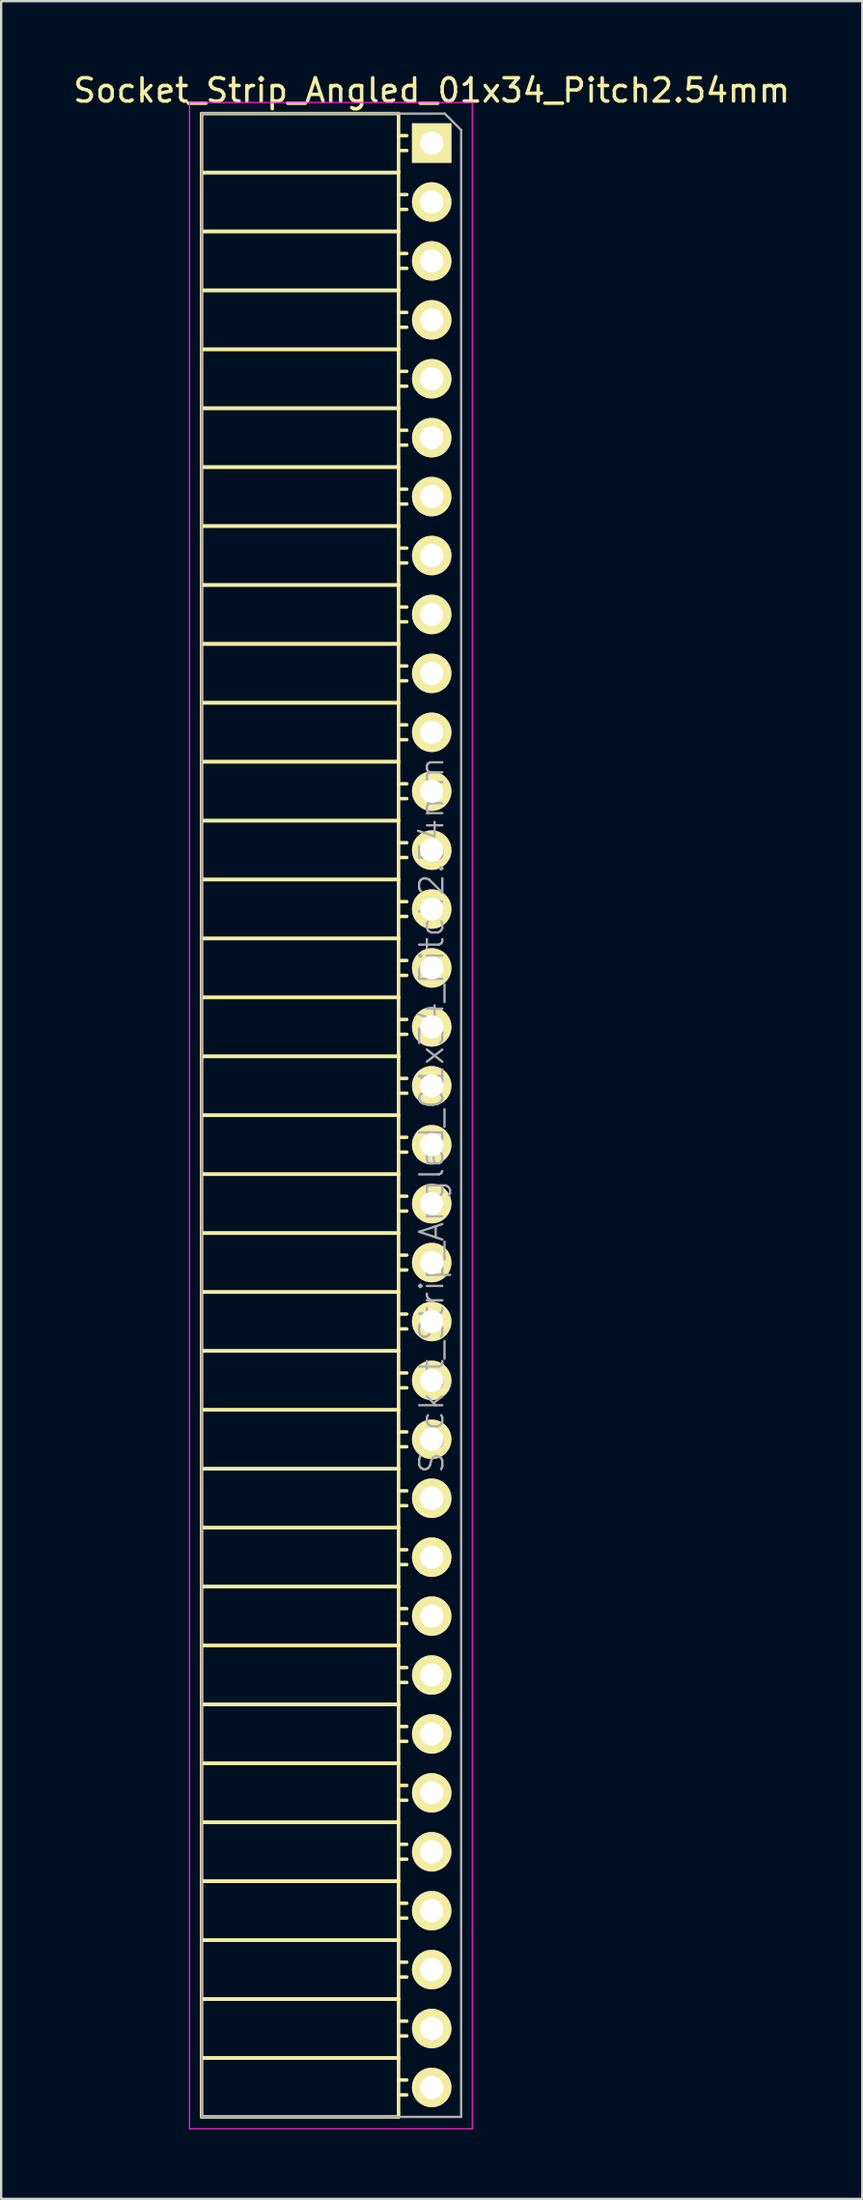
<source format=kicad_pcb>
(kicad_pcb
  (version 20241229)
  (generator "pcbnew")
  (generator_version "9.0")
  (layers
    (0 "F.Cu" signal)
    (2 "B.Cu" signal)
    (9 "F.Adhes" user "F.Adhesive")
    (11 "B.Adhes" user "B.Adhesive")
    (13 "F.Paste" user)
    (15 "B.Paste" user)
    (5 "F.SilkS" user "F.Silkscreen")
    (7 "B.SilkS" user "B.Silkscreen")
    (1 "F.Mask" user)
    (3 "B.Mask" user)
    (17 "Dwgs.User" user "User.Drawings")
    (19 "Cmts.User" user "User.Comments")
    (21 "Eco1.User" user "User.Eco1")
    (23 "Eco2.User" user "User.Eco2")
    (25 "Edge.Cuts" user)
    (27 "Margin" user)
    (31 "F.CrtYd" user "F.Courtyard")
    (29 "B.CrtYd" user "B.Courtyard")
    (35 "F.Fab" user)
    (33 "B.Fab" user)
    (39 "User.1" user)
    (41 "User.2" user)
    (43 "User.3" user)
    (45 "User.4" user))
  (footprint "Socket_Strip_Angled_01x34_Pitch2.54mm"
    (layer "F.Cu")
    (at 15.577 3.118)
    (property "Reference" "Socket_Strip_Angled_01x34_Pitch2.54mm" (at 0 -2.27 0) (layer "F.SilkS") (effects (font (size 1 1) (thickness 0.15))))
    (attr smd)
    (fp_line (start -9.93 -1.27) (end -9.93 1.27) (stroke (width 0.15) (type solid)) (layer "F.SilkS"))
    (fp_line (start -9.93 -1.27) (end -1.43 -1.27) (stroke (width 0.15) (type solid)) (layer "F.SilkS"))
    (fp_line (start -9.93 1.27) (end -9.93 3.81) (stroke (width 0.15) (type solid)) (layer "F.SilkS"))
    (fp_line (start -9.93 1.27) (end -1.43 1.27) (stroke (width 0.15) (type solid)) (layer "F.SilkS"))
    (fp_line (start -9.93 1.27) (end -1.43 1.27) (stroke (width 0.15) (type solid)) (layer "F.SilkS"))
    (fp_line (start -9.93 3.81) (end -9.93 6.35) (stroke (width 0.15) (type solid)) (layer "F.SilkS"))
    (fp_line (start -9.93 3.81) (end -1.43 3.81) (stroke (width 0.15) (type solid)) (layer "F.SilkS"))
    (fp_line (start -9.93 3.81) (end -1.43 3.81) (stroke (width 0.15) (type solid)) (layer "F.SilkS"))
    (fp_line (start -9.93 6.35) (end -9.93 8.89) (stroke (width 0.15) (type solid)) (layer "F.SilkS"))
    (fp_line (start -9.93 6.35) (end -1.43 6.35) (stroke (width 0.15) (type solid)) (layer "F.SilkS"))
    (fp_line (start -9.93 6.35) (end -1.43 6.35) (stroke (width 0.15) (type solid)) (layer "F.SilkS"))
    (fp_line (start -9.93 8.89) (end -9.93 11.43) (stroke (width 0.15) (type solid)) (layer "F.SilkS"))
    (fp_line (start -9.93 8.89) (end -1.43 8.89) (stroke (width 0.15) (type solid)) (layer "F.SilkS"))
    (fp_line (start -9.93 8.89) (end -1.43 8.89) (stroke (width 0.15) (type solid)) (layer "F.SilkS"))
    (fp_line (start -9.93 11.43) (end -9.93 13.97) (stroke (width 0.15) (type solid)) (layer "F.SilkS"))
    (fp_line (start -9.93 11.43) (end -1.43 11.43) (stroke (width 0.15) (type solid)) (layer "F.SilkS"))
    (fp_line (start -9.93 11.43) (end -1.43 11.43) (stroke (width 0.15) (type solid)) (layer "F.SilkS"))
    (fp_line (start -9.93 13.97) (end -9.93 16.51) (stroke (width 0.15) (type solid)) (layer "F.SilkS"))
    (fp_line (start -9.93 13.97) (end -1.43 13.97) (stroke (width 0.15) (type solid)) (layer "F.SilkS"))
    (fp_line (start -9.93 13.97) (end -1.43 13.97) (stroke (width 0.15) (type solid)) (layer "F.SilkS"))
    (fp_line (start -9.93 16.51) (end -9.93 19.05) (stroke (width 0.15) (type solid)) (layer "F.SilkS"))
    (fp_line (start -9.93 16.51) (end -1.43 16.51) (stroke (width 0.15) (type solid)) (layer "F.SilkS"))
    (fp_line (start -9.93 16.51) (end -1.43 16.51) (stroke (width 0.15) (type solid)) (layer "F.SilkS"))
    (fp_line (start -9.93 19.05) (end -9.93 21.59) (stroke (width 0.15) (type solid)) (layer "F.SilkS"))
    (fp_line (start -9.93 19.05) (end -1.43 19.05) (stroke (width 0.15) (type solid)) (layer "F.SilkS"))
    (fp_line (start -9.93 19.05) (end -1.43 19.05) (stroke (width 0.15) (type solid)) (layer "F.SilkS"))
    (fp_line (start -9.93 21.59) (end -9.93 24.13) (stroke (width 0.15) (type solid)) (layer "F.SilkS"))
    (fp_line (start -9.93 21.59) (end -1.43 21.59) (stroke (width 0.15) (type solid)) (layer "F.SilkS"))
    (fp_line (start -9.93 21.59) (end -1.43 21.59) (stroke (width 0.15) (type solid)) (layer "F.SilkS"))
    (fp_line (start -9.93 24.13) (end -9.93 26.67) (stroke (width 0.15) (type solid)) (layer "F.SilkS"))
    (fp_line (start -9.93 24.13) (end -1.43 24.13) (stroke (width 0.15) (type solid)) (layer "F.SilkS"))
    (fp_line (start -9.93 24.13) (end -1.43 24.13) (stroke (width 0.15) (type solid)) (layer "F.SilkS"))
    (fp_line (start -9.93 26.67) (end -9.93 29.21) (stroke (width 0.15) (type solid)) (layer "F.SilkS"))
    (fp_line (start -9.93 26.67) (end -1.43 26.67) (stroke (width 0.15) (type solid)) (layer "F.SilkS"))
    (fp_line (start -9.93 26.67) (end -1.43 26.67) (stroke (width 0.15) (type solid)) (layer "F.SilkS"))
    (fp_line (start -9.93 29.21) (end -9.93 31.75) (stroke (width 0.15) (type solid)) (layer "F.SilkS"))
    (fp_line (start -9.93 29.21) (end -1.43 29.21) (stroke (width 0.15) (type solid)) (layer "F.SilkS"))
    (fp_line (start -9.93 29.21) (end -1.43 29.21) (stroke (width 0.15) (type solid)) (layer "F.SilkS"))
    (fp_line (start -9.93 31.75) (end -9.93 34.29) (stroke (width 0.15) (type solid)) (layer "F.SilkS"))
    (fp_line (start -9.93 31.75) (end -1.43 31.75) (stroke (width 0.15) (type solid)) (layer "F.SilkS"))
    (fp_line (start -9.93 31.75) (end -1.43 31.75) (stroke (width 0.15) (type solid)) (layer "F.SilkS"))
    (fp_line (start -9.93 34.29) (end -9.93 36.83) (stroke (width 0.15) (type solid)) (layer "F.SilkS"))
    (fp_line (start -9.93 34.29) (end -1.43 34.29) (stroke (width 0.15) (type solid)) (layer "F.SilkS"))
    (fp_line (start -9.93 34.29) (end -1.43 34.29) (stroke (width 0.15) (type solid)) (layer "F.SilkS"))
    (fp_line (start -9.93 36.83) (end -9.93 39.37) (stroke (width 0.15) (type solid)) (layer "F.SilkS"))
    (fp_line (start -9.93 36.83) (end -1.43 36.83) (stroke (width 0.15) (type solid)) (layer "F.SilkS"))
    (fp_line (start -9.93 36.83) (end -1.43 36.83) (stroke (width 0.15) (type solid)) (layer "F.SilkS"))
    (fp_line (start -9.93 39.37) (end -9.93 41.91) (stroke (width 0.15) (type solid)) (layer "F.SilkS"))
    (fp_line (start -9.93 39.37) (end -1.43 39.37) (stroke (width 0.15) (type solid)) (layer "F.SilkS"))
    (fp_line (start -9.93 39.37) (end -1.43 39.37) (stroke (width 0.15) (type solid)) (layer "F.SilkS"))
    (fp_line (start -9.93 41.91) (end -9.93 44.45) (stroke (width 0.15) (type solid)) (layer "F.SilkS"))
    (fp_line (start -9.93 41.91) (end -1.43 41.91) (stroke (width 0.15) (type solid)) (layer "F.SilkS"))
    (fp_line (start -9.93 41.91) (end -1.43 41.91) (stroke (width 0.15) (type solid)) (layer "F.SilkS"))
    (fp_line (start -9.93 44.45) (end -9.93 46.99) (stroke (width 0.15) (type solid)) (layer "F.SilkS"))
    (fp_line (start -9.93 44.45) (end -1.43 44.45) (stroke (width 0.15) (type solid)) (layer "F.SilkS"))
    (fp_line (start -9.93 44.45) (end -1.43 44.45) (stroke (width 0.15) (type solid)) (layer "F.SilkS"))
    (fp_line (start -9.93 46.99) (end -9.93 49.53) (stroke (width 0.15) (type solid)) (layer "F.SilkS"))
    (fp_line (start -9.93 46.99) (end -1.43 46.99) (stroke (width 0.15) (type solid)) (layer "F.SilkS"))
    (fp_line (start -9.93 46.99) (end -1.43 46.99) (stroke (width 0.15) (type solid)) (layer "F.SilkS"))
    (fp_line (start -9.93 49.53) (end -9.93 52.07) (stroke (width 0.15) (type solid)) (layer "F.SilkS"))
    (fp_line (start -9.93 49.53) (end -1.43 49.53) (stroke (width 0.15) (type solid)) (layer "F.SilkS"))
    (fp_line (start -9.93 49.53) (end -1.43 49.53) (stroke (width 0.15) (type solid)) (layer "F.SilkS"))
    (fp_line (start -9.93 52.07) (end -9.93 54.61) (stroke (width 0.15) (type solid)) (layer "F.SilkS"))
    (fp_line (start -9.93 52.07) (end -1.43 52.07) (stroke (width 0.15) (type solid)) (layer "F.SilkS"))
    (fp_line (start -9.93 52.07) (end -1.43 52.07) (stroke (width 0.15) (type solid)) (layer "F.SilkS"))
    (fp_line (start -9.93 54.61) (end -9.93 57.15) (stroke (width 0.15) (type solid)) (layer "F.SilkS"))
    (fp_line (start -9.93 54.61) (end -1.43 54.61) (stroke (width 0.15) (type solid)) (layer "F.SilkS"))
    (fp_line (start -9.93 54.61) (end -1.43 54.61) (stroke (width 0.15) (type solid)) (layer "F.SilkS"))
    (fp_line (start -9.93 57.15) (end -9.93 59.69) (stroke (width 0.15) (type solid)) (layer "F.SilkS"))
    (fp_line (start -9.93 57.15) (end -1.43 57.15) (stroke (width 0.15) (type solid)) (layer "F.SilkS"))
    (fp_line (start -9.93 57.15) (end -1.43 57.15) (stroke (width 0.15) (type solid)) (layer "F.SilkS"))
    (fp_line (start -9.93 59.69) (end -9.93 62.23) (stroke (width 0.15) (type solid)) (layer "F.SilkS"))
    (fp_line (start -9.93 59.69) (end -1.43 59.69) (stroke (width 0.15) (type solid)) (layer "F.SilkS"))
    (fp_line (start -9.93 59.69) (end -1.43 59.69) (stroke (width 0.15) (type solid)) (layer "F.SilkS"))
    (fp_line (start -9.93 62.23) (end -9.93 64.77) (stroke (width 0.15) (type solid)) (layer "F.SilkS"))
    (fp_line (start -9.93 62.23) (end -1.43 62.23) (stroke (width 0.15) (type solid)) (layer "F.SilkS"))
    (fp_line (start -9.93 62.23) (end -1.43 62.23) (stroke (width 0.15) (type solid)) (layer "F.SilkS"))
    (fp_line (start -9.93 64.77) (end -9.93 67.31) (stroke (width 0.15) (type solid)) (layer "F.SilkS"))
    (fp_line (start -9.93 64.77) (end -1.43 64.77) (stroke (width 0.15) (type solid)) (layer "F.SilkS"))
    (fp_line (start -9.93 64.77) (end -1.43 64.77) (stroke (width 0.15) (type solid)) (layer "F.SilkS"))
    (fp_line (start -9.93 67.31) (end -9.93 69.85) (stroke (width 0.15) (type solid)) (layer "F.SilkS"))
    (fp_line (start -9.93 67.31) (end -1.43 67.31) (stroke (width 0.15) (type solid)) (layer "F.SilkS"))
    (fp_line (start -9.93 67.31) (end -1.43 67.31) (stroke (width 0.15) (type solid)) (layer "F.SilkS"))
    (fp_line (start -9.93 69.85) (end -9.93 72.39) (stroke (width 0.15) (type solid)) (layer "F.SilkS"))
    (fp_line (start -9.93 69.85) (end -1.43 69.85) (stroke (width 0.15) (type solid)) (layer "F.SilkS"))
    (fp_line (start -9.93 69.85) (end -1.43 69.85) (stroke (width 0.15) (type solid)) (layer "F.SilkS"))
    (fp_line (start -9.93 72.39) (end -9.93 74.93) (stroke (width 0.15) (type solid)) (layer "F.SilkS"))
    (fp_line (start -9.93 72.39) (end -1.43 72.39) (stroke (width 0.15) (type solid)) (layer "F.SilkS"))
    (fp_line (start -9.93 72.39) (end -1.43 72.39) (stroke (width 0.15) (type solid)) (layer "F.SilkS"))
    (fp_line (start -9.93 74.93) (end -9.93 77.47) (stroke (width 0.15) (type solid)) (layer "F.SilkS"))
    (fp_line (start -9.93 74.93) (end -1.43 74.93) (stroke (width 0.15) (type solid)) (layer "F.SilkS"))
    (fp_line (start -9.93 74.93) (end -1.43 74.93) (stroke (width 0.15) (type solid)) (layer "F.SilkS"))
    (fp_line (start -9.93 77.47) (end -9.93 80.01) (stroke (width 0.15) (type solid)) (layer "F.SilkS"))
    (fp_line (start -9.93 77.47) (end -1.43 77.47) (stroke (width 0.15) (type solid)) (layer "F.SilkS"))
    (fp_line (start -9.93 77.47) (end -1.43 77.47) (stroke (width 0.15) (type solid)) (layer "F.SilkS"))
    (fp_line (start -9.93 80.01) (end -9.93 82.55) (stroke (width 0.15) (type solid)) (layer "F.SilkS"))
    (fp_line (start -9.93 80.01) (end -1.43 80.01) (stroke (width 0.15) (type solid)) (layer "F.SilkS"))
    (fp_line (start -9.93 80.01) (end -1.43 80.01) (stroke (width 0.15) (type solid)) (layer "F.SilkS"))
    (fp_line (start -9.93 82.55) (end -9.93 85.09) (stroke (width 0.15) (type solid)) (layer "F.SilkS"))
    (fp_line (start -9.93 82.55) (end -1.43 82.55) (stroke (width 0.15) (type solid)) (layer "F.SilkS"))
    (fp_line (start -9.93 82.55) (end -1.43 82.55) (stroke (width 0.15) (type solid)) (layer "F.SilkS"))
    (fp_line (start -9.93 85.09) (end -1.43 85.09) (stroke (width 0.15) (type solid)) (layer "F.SilkS"))
    (fp_line (start -1.43 -1.27) (end -1.43 1.27) (stroke (width 0.15) (type solid)) (layer "F.SilkS"))
    (fp_line (start -1.43 -0.32) (end -1.075 -0.32) (stroke (width 0.15) (type solid)) (layer "F.SilkS"))
    (fp_line (start -1.43 0.32) (end -1.075 0.32) (stroke (width 0.15) (type solid)) (layer "F.SilkS"))
    (fp_line (start -1.43 1.27) (end -1.43 3.81) (stroke (width 0.15) (type solid)) (layer "F.SilkS"))
    (fp_line (start -1.43 2.22) (end -1.075 2.22) (stroke (width 0.15) (type solid)) (layer "F.SilkS"))
    (fp_line (start -1.43 2.86) (end -1.075 2.86) (stroke (width 0.15) (type solid)) (layer "F.SilkS"))
    (fp_line (start -1.43 3.81) (end -1.43 6.35) (stroke (width 0.15) (type solid)) (layer "F.SilkS"))
    (fp_line (start -1.43 4.76) (end -1.075 4.76) (stroke (width 0.15) (type solid)) (layer "F.SilkS"))
    (fp_line (start -1.43 5.4) (end -1.075 5.4) (stroke (width 0.15) (type solid)) (layer "F.SilkS"))
    (fp_line (start -1.43 6.35) (end -1.43 8.89) (stroke (width 0.15) (type solid)) (layer "F.SilkS"))
    (fp_line (start -1.43 7.3) (end -1.075 7.3) (stroke (width 0.15) (type solid)) (layer "F.SilkS"))
    (fp_line (start -1.43 7.94) (end -1.075 7.94) (stroke (width 0.15) (type solid)) (layer "F.SilkS"))
    (fp_line (start -1.43 8.89) (end -1.43 11.43) (stroke (width 0.15) (type solid)) (layer "F.SilkS"))
    (fp_line (start -1.43 9.84) (end -1.075 9.84) (stroke (width 0.15) (type solid)) (layer "F.SilkS"))
    (fp_line (start -1.43 10.48) (end -1.075 10.48) (stroke (width 0.15) (type solid)) (layer "F.SilkS"))
    (fp_line (start -1.43 11.43) (end -1.43 13.97) (stroke (width 0.15) (type solid)) (layer "F.SilkS"))
    (fp_line (start -1.43 12.38) (end -1.075 12.38) (stroke (width 0.15) (type solid)) (layer "F.SilkS"))
    (fp_line (start -1.43 13.02) (end -1.075 13.02) (stroke (width 0.15) (type solid)) (layer "F.SilkS"))
    (fp_line (start -1.43 13.97) (end -1.43 16.51) (stroke (width 0.15) (type solid)) (layer "F.SilkS"))
    (fp_line (start -1.43 14.92) (end -1.075 14.92) (stroke (width 0.15) (type solid)) (layer "F.SilkS"))
    (fp_line (start -1.43 15.56) (end -1.075 15.56) (stroke (width 0.15) (type solid)) (layer "F.SilkS"))
    (fp_line (start -1.43 16.51) (end -1.43 19.05) (stroke (width 0.15) (type solid)) (layer "F.SilkS"))
    (fp_line (start -1.43 17.46) (end -1.075 17.46) (stroke (width 0.15) (type solid)) (layer "F.SilkS"))
    (fp_line (start -1.43 18.1) (end -1.075 18.1) (stroke (width 0.15) (type solid)) (layer "F.SilkS"))
    (fp_line (start -1.43 19.05) (end -1.43 21.59) (stroke (width 0.15) (type solid)) (layer "F.SilkS"))
    (fp_line (start -1.43 20) (end -1.075 20) (stroke (width 0.15) (type solid)) (layer "F.SilkS"))
    (fp_line (start -1.43 20.64) (end -1.075 20.64) (stroke (width 0.15) (type solid)) (layer "F.SilkS"))
    (fp_line (start -1.43 21.59) (end -1.43 24.13) (stroke (width 0.15) (type solid)) (layer "F.SilkS"))
    (fp_line (start -1.43 22.54) (end -1.075 22.54) (stroke (width 0.15) (type solid)) (layer "F.SilkS"))
    (fp_line (start -1.43 23.18) (end -1.075 23.18) (stroke (width 0.15) (type solid)) (layer "F.SilkS"))
    (fp_line (start -1.43 24.13) (end -1.43 26.67) (stroke (width 0.15) (type solid)) (layer "F.SilkS"))
    (fp_line (start -1.43 25.08) (end -1.075 25.08) (stroke (width 0.15) (type solid)) (layer "F.SilkS"))
    (fp_line (start -1.43 25.72) (end -1.075 25.72) (stroke (width 0.15) (type solid)) (layer "F.SilkS"))
    (fp_line (start -1.43 26.67) (end -1.43 29.21) (stroke (width 0.15) (type solid)) (layer "F.SilkS"))
    (fp_line (start -1.43 27.62) (end -1.075 27.62) (stroke (width 0.15) (type solid)) (layer "F.SilkS"))
    (fp_line (start -1.43 28.26) (end -1.075 28.26) (stroke (width 0.15) (type solid)) (layer "F.SilkS"))
    (fp_line (start -1.43 29.21) (end -1.43 31.75) (stroke (width 0.15) (type solid)) (layer "F.SilkS"))
    (fp_line (start -1.43 30.16) (end -1.075 30.16) (stroke (width 0.15) (type solid)) (layer "F.SilkS"))
    (fp_line (start -1.43 30.8) (end -1.075 30.8) (stroke (width 0.15) (type solid)) (layer "F.SilkS"))
    (fp_line (start -1.43 31.75) (end -1.43 34.29) (stroke (width 0.15) (type solid)) (layer "F.SilkS"))
    (fp_line (start -1.43 32.7) (end -1.075 32.7) (stroke (width 0.15) (type solid)) (layer "F.SilkS"))
    (fp_line (start -1.43 33.34) (end -1.075 33.34) (stroke (width 0.15) (type solid)) (layer "F.SilkS"))
    (fp_line (start -1.43 34.29) (end -1.43 36.83) (stroke (width 0.15) (type solid)) (layer "F.SilkS"))
    (fp_line (start -1.43 35.24) (end -1.075 35.24) (stroke (width 0.15) (type solid)) (layer "F.SilkS"))
    (fp_line (start -1.43 35.88) (end -1.075 35.88) (stroke (width 0.15) (type solid)) (layer "F.SilkS"))
    (fp_line (start -1.43 36.83) (end -1.43 39.37) (stroke (width 0.15) (type solid)) (layer "F.SilkS"))
    (fp_line (start -1.43 37.78) (end -1.075 37.78) (stroke (width 0.15) (type solid)) (layer "F.SilkS"))
    (fp_line (start -1.43 38.42) (end -1.075 38.42) (stroke (width 0.15) (type solid)) (layer "F.SilkS"))
    (fp_line (start -1.43 39.37) (end -1.43 41.91) (stroke (width 0.15) (type solid)) (layer "F.SilkS"))
    (fp_line (start -1.43 40.32) (end -1.075 40.32) (stroke (width 0.15) (type solid)) (layer "F.SilkS"))
    (fp_line (start -1.43 40.96) (end -1.075 40.96) (stroke (width 0.15) (type solid)) (layer "F.SilkS"))
    (fp_line (start -1.43 41.91) (end -1.43 44.45) (stroke (width 0.15) (type solid)) (layer "F.SilkS"))
    (fp_line (start -1.43 42.86) (end -1.075 42.86) (stroke (width 0.15) (type solid)) (layer "F.SilkS"))
    (fp_line (start -1.43 43.5) (end -1.075 43.5) (stroke (width 0.15) (type solid)) (layer "F.SilkS"))
    (fp_line (start -1.43 44.45) (end -1.43 46.99) (stroke (width 0.15) (type solid)) (layer "F.SilkS"))
    (fp_line (start -1.43 45.4) (end -1.075 45.4) (stroke (width 0.15) (type solid)) (layer "F.SilkS"))
    (fp_line (start -1.43 46.04) (end -1.075 46.04) (stroke (width 0.15) (type solid)) (layer "F.SilkS"))
    (fp_line (start -1.43 46.99) (end -1.43 49.53) (stroke (width 0.15) (type solid)) (layer "F.SilkS"))
    (fp_line (start -1.43 47.94) (end -1.075 47.94) (stroke (width 0.15) (type solid)) (layer "F.SilkS"))
    (fp_line (start -1.43 48.58) (end -1.075 48.58) (stroke (width 0.15) (type solid)) (layer "F.SilkS"))
    (fp_line (start -1.43 49.53) (end -1.43 52.07) (stroke (width 0.15) (type solid)) (layer "F.SilkS"))
    (fp_line (start -1.43 50.48) (end -1.075 50.48) (stroke (width 0.15) (type solid)) (layer "F.SilkS"))
    (fp_line (start -1.43 51.12) (end -1.075 51.12) (stroke (width 0.15) (type solid)) (layer "F.SilkS"))
    (fp_line (start -1.43 52.07) (end -1.43 54.61) (stroke (width 0.15) (type solid)) (layer "F.SilkS"))
    (fp_line (start -1.43 53.02) (end -1.075 53.02) (stroke (width 0.15) (type solid)) (layer "F.SilkS"))
    (fp_line (start -1.43 53.66) (end -1.075 53.66) (stroke (width 0.15) (type solid)) (layer "F.SilkS"))
    (fp_line (start -1.43 54.61) (end -1.43 57.15) (stroke (width 0.15) (type solid)) (layer "F.SilkS"))
    (fp_line (start -1.43 55.56) (end -1.075 55.56) (stroke (width 0.15) (type solid)) (layer "F.SilkS"))
    (fp_line (start -1.43 56.2) (end -1.075 56.2) (stroke (width 0.15) (type solid)) (layer "F.SilkS"))
    (fp_line (start -1.43 57.15) (end -1.43 59.69) (stroke (width 0.15) (type solid)) (layer "F.SilkS"))
    (fp_line (start -1.43 58.1) (end -1.075 58.1) (stroke (width 0.15) (type solid)) (layer "F.SilkS"))
    (fp_line (start -1.43 58.74) (end -1.075 58.74) (stroke (width 0.15) (type solid)) (layer "F.SilkS"))
    (fp_line (start -1.43 59.69) (end -1.43 62.23) (stroke (width 0.15) (type solid)) (layer "F.SilkS"))
    (fp_line (start -1.43 60.64) (end -1.075 60.64) (stroke (width 0.15) (type solid)) (layer "F.SilkS"))
    (fp_line (start -1.43 61.28) (end -1.075 61.28) (stroke (width 0.15) (type solid)) (layer "F.SilkS"))
    (fp_line (start -1.43 62.23) (end -1.43 64.77) (stroke (width 0.15) (type solid)) (layer "F.SilkS"))
    (fp_line (start -1.43 63.18) (end -1.075 63.18) (stroke (width 0.15) (type solid)) (layer "F.SilkS"))
    (fp_line (start -1.43 63.82) (end -1.075 63.82) (stroke (width 0.15) (type solid)) (layer "F.SilkS"))
    (fp_line (start -1.43 64.77) (end -1.43 67.31) (stroke (width 0.15) (type solid)) (layer "F.SilkS"))
    (fp_line (start -1.43 65.72) (end -1.075 65.72) (stroke (width 0.15) (type solid)) (layer "F.SilkS"))
    (fp_line (start -1.43 66.36) (end -1.075 66.36) (stroke (width 0.15) (type solid)) (layer "F.SilkS"))
    (fp_line (start -1.43 67.31) (end -1.43 69.85) (stroke (width 0.15) (type solid)) (layer "F.SilkS"))
    (fp_line (start -1.43 68.26) (end -1.075 68.26) (stroke (width 0.15) (type solid)) (layer "F.SilkS"))
    (fp_line (start -1.43 68.9) (end -1.075 68.9) (stroke (width 0.15) (type solid)) (layer "F.SilkS"))
    (fp_line (start -1.43 69.85) (end -1.43 72.39) (stroke (width 0.15) (type solid)) (layer "F.SilkS"))
    (fp_line (start -1.43 70.8) (end -1.075 70.8) (stroke (width 0.15) (type solid)) (layer "F.SilkS"))
    (fp_line (start -1.43 71.44) (end -1.075 71.44) (stroke (width 0.15) (type solid)) (layer "F.SilkS"))
    (fp_line (start -1.43 72.39) (end -1.43 74.93) (stroke (width 0.15) (type solid)) (layer "F.SilkS"))
    (fp_line (start -1.43 73.34) (end -1.075 73.34) (stroke (width 0.15) (type solid)) (layer "F.SilkS"))
    (fp_line (start -1.43 73.98) (end -1.075 73.98) (stroke (width 0.15) (type solid)) (layer "F.SilkS"))
    (fp_line (start -1.43 74.93) (end -1.43 77.47) (stroke (width 0.15) (type solid)) (layer "F.SilkS"))
    (fp_line (start -1.43 75.88) (end -1.075 75.88) (stroke (width 0.15) (type solid)) (layer "F.SilkS"))
    (fp_line (start -1.43 76.52) (end -1.075 76.52) (stroke (width 0.15) (type solid)) (layer "F.SilkS"))
    (fp_line (start -1.43 77.47) (end -1.43 80.01) (stroke (width 0.15) (type solid)) (layer "F.SilkS"))
    (fp_line (start -1.43 78.42) (end -1.075 78.42) (stroke (width 0.15) (type solid)) (layer "F.SilkS"))
    (fp_line (start -1.43 79.06) (end -1.075 79.06) (stroke (width 0.15) (type solid)) (layer "F.SilkS"))
    (fp_line (start -1.43 80.01) (end -1.43 82.55) (stroke (width 0.15) (type solid)) (layer "F.SilkS"))
    (fp_line (start -1.43 80.96) (end -1.075 80.96) (stroke (width 0.15) (type solid)) (layer "F.SilkS"))
    (fp_line (start -1.43 81.6) (end -1.075 81.6) (stroke (width 0.15) (type solid)) (layer "F.SilkS"))
    (fp_line (start -1.43 82.55) (end -1.43 85.09) (stroke (width 0.15) (type solid)) (layer "F.SilkS"))
    (fp_line (start -1.43 83.5) (end -1.075 83.5) (stroke (width 0.15) (type solid)) (layer "F.SilkS"))
    (fp_line (start -1.43 84.14) (end -1.075 84.14) (stroke (width 0.15) (type solid)) (layer "F.SilkS"))
    (fp_line (start -10.45 -1.75) (end 1.75 -1.75) (stroke (width 0.05) (type solid)) (layer "F.CrtYd"))
    (fp_line (start -10.45 85.6) (end -10.45 -1.75) (stroke (width 0.05) (type solid)) (layer "F.CrtYd"))
    (fp_line (start -10.45 85.6) (end 1.75 85.6) (stroke (width 0.05) (type solid)) (layer "F.CrtYd"))
    (fp_line (start 1.75 85.6) (end 1.75 -1.75) (stroke (width 0.05) (type solid)) (layer "F.CrtYd"))
    (fp_line (start -9.93 -1.27) (end 0.563 -1.27) (stroke (width 0.1) (type solid)) (layer "F.Fab"))
    (fp_line (start -9.93 85.09) (end -9.93 -1.27) (stroke (width 0.1) (type solid)) (layer "F.Fab"))
    (fp_line (start -9.93 85.09) (end 1.27 85.09) (stroke (width 0.1) (type solid)) (layer "F.Fab"))
    (fp_line (start 1.27 -0.563) (end 0.563 -1.27) (stroke (width 0.1) (type solid)) (layer "F.Fab"))
    (fp_line (start 1.27 85.09) (end 1.27 -0.563) (stroke (width 0.1) (type solid)) (layer "F.Fab"))
    (fp_text user "${REFERENCE}" (at 0 41.91 90) (layer "F.Fab") (effects (font (size 1 1) (thickness 0.1))))
    (pad "1" thru_hole rect (at 0 0) (size 1.7 1.7) (drill 1) (layers "*.Cu" "*.Mask" "F.SilkS"))
    (pad "2" thru_hole oval (at 0 2.54) (size 1.7 1.7) (drill 1) (layers "*.Cu" "*.Mask" "F.SilkS"))
    (pad "3" thru_hole oval (at 0 5.08) (size 1.7 1.7) (drill 1) (layers "*.Cu" "*.Mask" "F.SilkS"))
    (pad "4" thru_hole oval (at 0 7.62) (size 1.7 1.7) (drill 1) (layers "*.Cu" "*.Mask" "F.SilkS"))
    (pad "5" thru_hole oval (at 0 10.16) (size 1.7 1.7) (drill 1) (layers "*.Cu" "*.Mask" "F.SilkS"))
    (pad "6" thru_hole oval (at 0 12.7) (size 1.7 1.7) (drill 1) (layers "*.Cu" "*.Mask" "F.SilkS"))
    (pad "7" thru_hole oval (at 0 15.24) (size 1.7 1.7) (drill 1) (layers "*.Cu" "*.Mask" "F.SilkS"))
    (pad "8" thru_hole oval (at 0 17.78) (size 1.7 1.7) (drill 1) (layers "*.Cu" "*.Mask" "F.SilkS"))
    (pad "9" thru_hole oval (at 0 20.32) (size 1.7 1.7) (drill 1) (layers "*.Cu" "*.Mask" "F.SilkS"))
    (pad "10" thru_hole oval (at 0 22.86) (size 1.7 1.7) (drill 1) (layers "*.Cu" "*.Mask" "F.SilkS"))
    (pad "11" thru_hole oval (at 0 25.4) (size 1.7 1.7) (drill 1) (layers "*.Cu" "*.Mask" "F.SilkS"))
    (pad "12" thru_hole oval (at 0 27.94) (size 1.7 1.7) (drill 1) (layers "*.Cu" "*.Mask" "F.SilkS"))
    (pad "13" thru_hole oval (at 0 30.48) (size 1.7 1.7) (drill 1) (layers "*.Cu" "*.Mask" "F.SilkS"))
    (pad "14" thru_hole oval (at 0 33.02) (size 1.7 1.7) (drill 1) (layers "*.Cu" "*.Mask" "F.SilkS"))
    (pad "15" thru_hole oval (at 0 35.56) (size 1.7 1.7) (drill 1) (layers "*.Cu" "*.Mask" "F.SilkS"))
    (pad "16" thru_hole oval (at 0 38.1) (size 1.7 1.7) (drill 1) (layers "*.Cu" "*.Mask" "F.SilkS"))
    (pad "17" thru_hole oval (at 0 40.64) (size 1.7 1.7) (drill 1) (layers "*.Cu" "*.Mask" "F.SilkS"))
    (pad "18" thru_hole oval (at 0 43.18) (size 1.7 1.7) (drill 1) (layers "*.Cu" "*.Mask" "F.SilkS"))
    (pad "19" thru_hole oval (at 0 45.72) (size 1.7 1.7) (drill 1) (layers "*.Cu" "*.Mask" "F.SilkS"))
    (pad "20" thru_hole oval (at 0 48.26) (size 1.7 1.7) (drill 1) (layers "*.Cu" "*.Mask" "F.SilkS"))
    (pad "21" thru_hole oval (at 0 50.8) (size 1.7 1.7) (drill 1) (layers "*.Cu" "*.Mask" "F.SilkS"))
    (pad "22" thru_hole oval (at 0 53.34) (size 1.7 1.7) (drill 1) (layers "*.Cu" "*.Mask" "F.SilkS"))
    (pad "23" thru_hole oval (at 0 55.88) (size 1.7 1.7) (drill 1) (layers "*.Cu" "*.Mask" "F.SilkS"))
    (pad "24" thru_hole oval (at 0 58.42) (size 1.7 1.7) (drill 1) (layers "*.Cu" "*.Mask" "F.SilkS"))
    (pad "25" thru_hole oval (at 0 60.96) (size 1.7 1.7) (drill 1) (layers "*.Cu" "*.Mask" "F.SilkS"))
    (pad "26" thru_hole oval (at 0 63.5) (size 1.7 1.7) (drill 1) (layers "*.Cu" "*.Mask" "F.SilkS"))
    (pad "27" thru_hole oval (at 0 66.04) (size 1.7 1.7) (drill 1) (layers "*.Cu" "*.Mask" "F.SilkS"))
    (pad "28" thru_hole oval (at 0 68.58) (size 1.7 1.7) (drill 1) (layers "*.Cu" "*.Mask" "F.SilkS"))
    (pad "29" thru_hole oval (at 0 71.12) (size 1.7 1.7) (drill 1) (layers "*.Cu" "*.Mask" "F.SilkS"))
    (pad "30" thru_hole oval (at 0 73.66) (size 1.7 1.7) (drill 1) (layers "*.Cu" "*.Mask" "F.SilkS"))
    (pad "31" thru_hole oval (at 0 76.2) (size 1.7 1.7) (drill 1) (layers "*.Cu" "*.Mask" "F.SilkS"))
    (pad "32" thru_hole oval (at 0 78.74) (size 1.7 1.7) (drill 1) (layers "*.Cu" "*.Mask" "F.SilkS"))
    (pad "33" thru_hole oval (at 0 81.28) (size 1.7 1.7) (drill 1) (layers "*.Cu" "*.Mask" "F.SilkS"))
    (pad "34" thru_hole oval (at 0 83.82) (size 1.7 1.7) (drill 1) (layers "*.Cu" "*.Mask" "F.SilkS")))
  (gr_rect
    (start -3 -3)
    (end 34.155 91.743)
    (stroke (width 0.1) (type default))
    (fill no)
    (layer "Edge.Cuts")))
</source>
